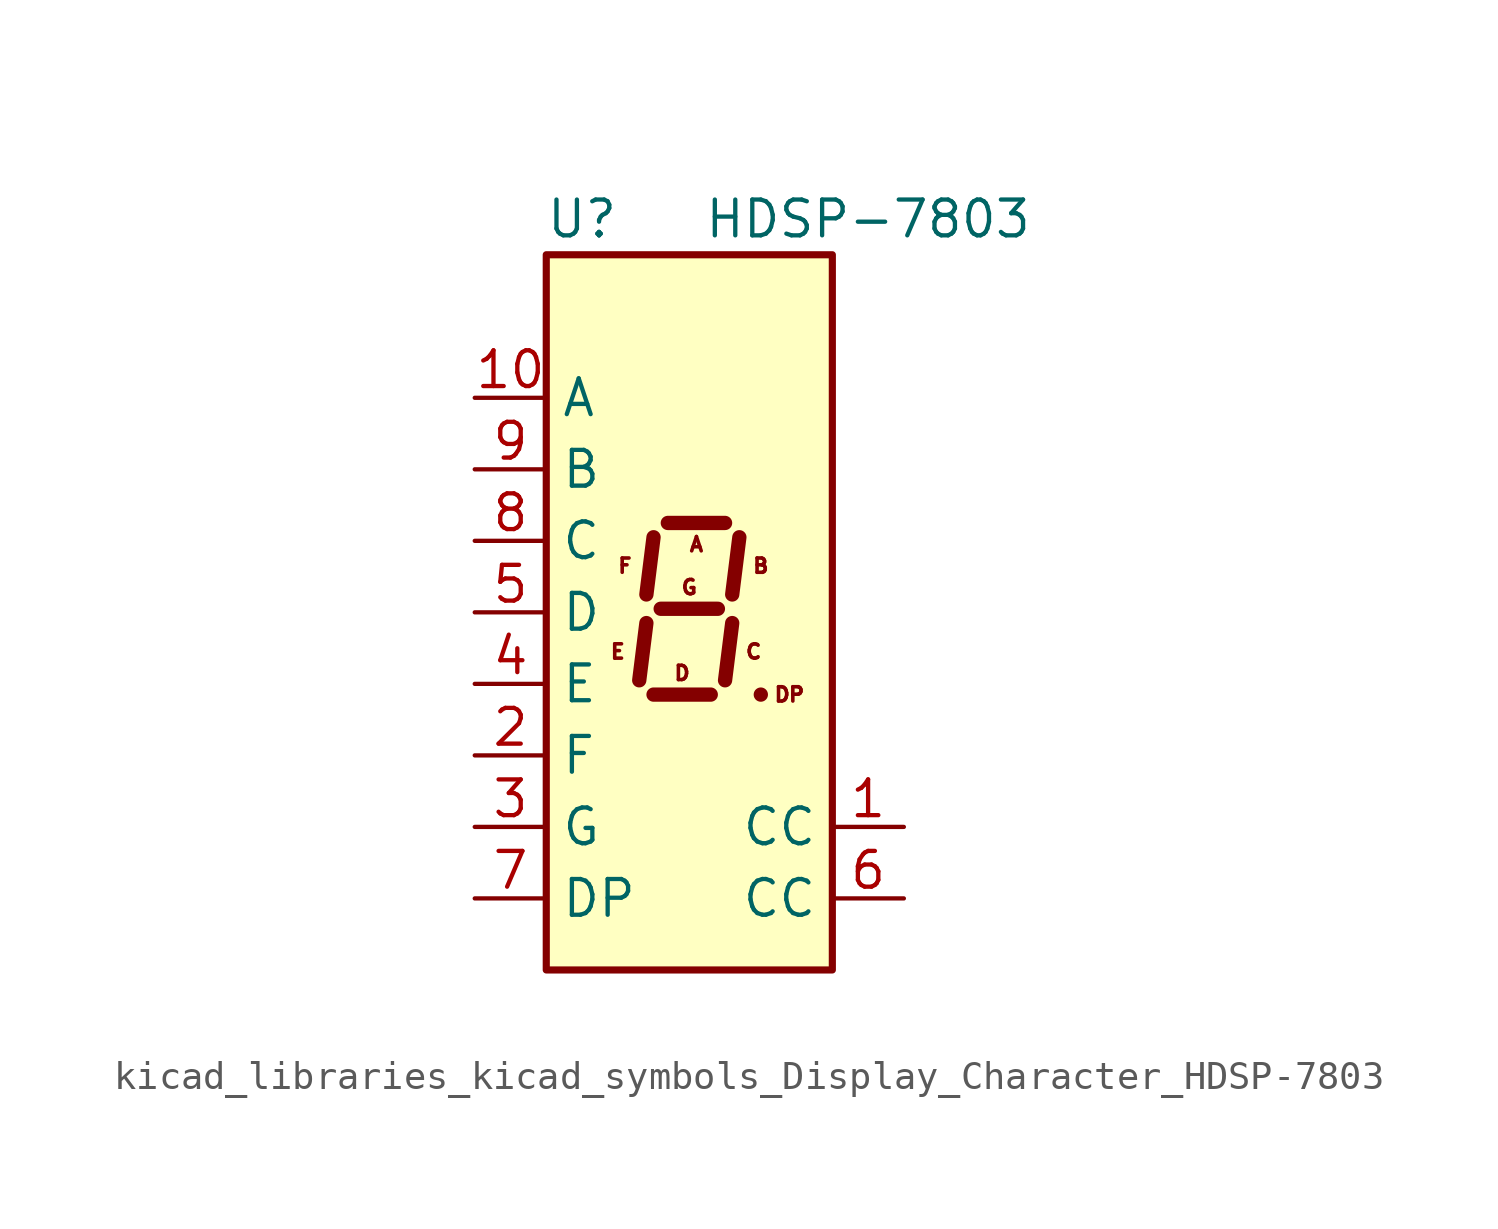
<source format=kicad_sym>
(kicad_symbol_lib
  (version 20220914)
  (generator kicad_symbol_editor)
  (symbol "kicad_libraries_kicad_symbols_Display_Character_HDSP-7803"
    (property "Reference" "U"
      (at -3.81 13.97 0)
      (effects (font (size 1.27 1.27))))
    (property "Value" "HDSP-7803"
      (at 6.35 13.97 0)
      (effects (font (size 1.27 1.27))))
    (symbol "kicad_libraries_kicad_symbols_Display_Character_HDSP-7803_1_0"
      (text "A" (at 0.254 2.413 0) (effects (font (size 0.508 0.508))))
      (text "B" (at 2.54 1.651 0) (effects (font (size 0.508 0.508))))
      (text "C" (at 2.286 -1.397 0) (effects (font (size 0.508 0.508))))
      (text "D" (at -0.254 -2.159 0) (effects (font (size 0.508 0.508))))
      (text "DP" (at 3.556 -2.921 0) (effects (font (size 0.508 0.508))))
      (text "E" (at -2.54 -1.397 0) (effects (font (size 0.508 0.508))))
      (text "F" (at -2.286 1.651 0) (effects (font (size 0.508 0.508))))
      (text "G" (at 0 0.889 0) (effects (font (size 0.508 0.508)))))
    (symbol "kicad_libraries_kicad_symbols_Display_Character_HDSP-7803_1_1"
      (rectangle (start -5.08 12.7) (end 5.08 -12.7) (stroke (width 0.254) (type default)) (fill (type background)))
      (polyline (pts (xy -1.524 -0.381) (xy -1.778 -2.413)) (stroke (width 0.508) (type default)) (fill (type none)))
      (polyline (pts (xy -1.27 -2.921) (xy 0.762 -2.921)) (stroke (width 0.508) (type default)) (fill (type none)))
      (polyline (pts (xy -1.27 2.667) (xy -1.524 0.635)) (stroke (width 0.508) (type default)) (fill (type none)))
      (polyline (pts (xy -1.016 0.127) (xy 1.016 0.127)) (stroke (width 0.508) (type default)) (fill (type none)))
      (polyline (pts (xy -0.762 3.175) (xy 1.27 3.175)) (stroke (width 0.508) (type default)) (fill (type none)))
      (polyline (pts (xy 1.524 -0.381) (xy 1.27 -2.413)) (stroke (width 0.508) (type default)) (fill (type none)))
      (polyline (pts (xy 1.778 2.667) (xy 1.524 0.635)) (stroke (width 0.508) (type default)) (fill (type none)))
      (polyline (pts (xy 2.54 -2.921) (xy 2.54 -2.921)) (stroke (width 0.508) (type default)) (fill (type none)))
      (pin input line (at 7.62 -7.62 180) (length 2.54) (name "CC" (effects (font (size 1.27 1.27)))) (number "1" (effects (font (size 1.27 1.27)))))
      (pin input line (at -7.62 7.62 0) (length 2.54) (name "A" (effects (font (size 1.27 1.27)))) (number "10" (effects (font (size 1.27 1.27)))))
      (pin input line (at -7.62 -5.08 0) (length 2.54) (name "F" (effects (font (size 1.27 1.27)))) (number "2" (effects (font (size 1.27 1.27)))))
      (pin input line (at -7.62 -7.62 0) (length 2.54) (name "G" (effects (font (size 1.27 1.27)))) (number "3" (effects (font (size 1.27 1.27)))))
      (pin input line (at -7.62 -2.54 0) (length 2.54) (name "E" (effects (font (size 1.27 1.27)))) (number "4" (effects (font (size 1.27 1.27)))))
      (pin input line (at -7.62 0 0) (length 2.54) (name "D" (effects (font (size 1.27 1.27)))) (number "5" (effects (font (size 1.27 1.27)))))
      (pin input line (at 7.62 -10.16 180) (length 2.54) (name "CC" (effects (font (size 1.27 1.27)))) (number "6" (effects (font (size 1.27 1.27)))))
      (pin input line (at -7.62 -10.16 0) (length 2.54) (name "DP" (effects (font (size 1.27 1.27)))) (number "7" (effects (font (size 1.27 1.27)))))
      (pin input line (at -7.62 2.54 0) (length 2.54) (name "C" (effects (font (size 1.27 1.27)))) (number "8" (effects (font (size 1.27 1.27)))))
      (pin input line (at -7.62 5.08 0) (length 2.54) (name "B" (effects (font (size 1.27 1.27)))) (number "9" (effects (font (size 1.27 1.27))))))))
</source>
